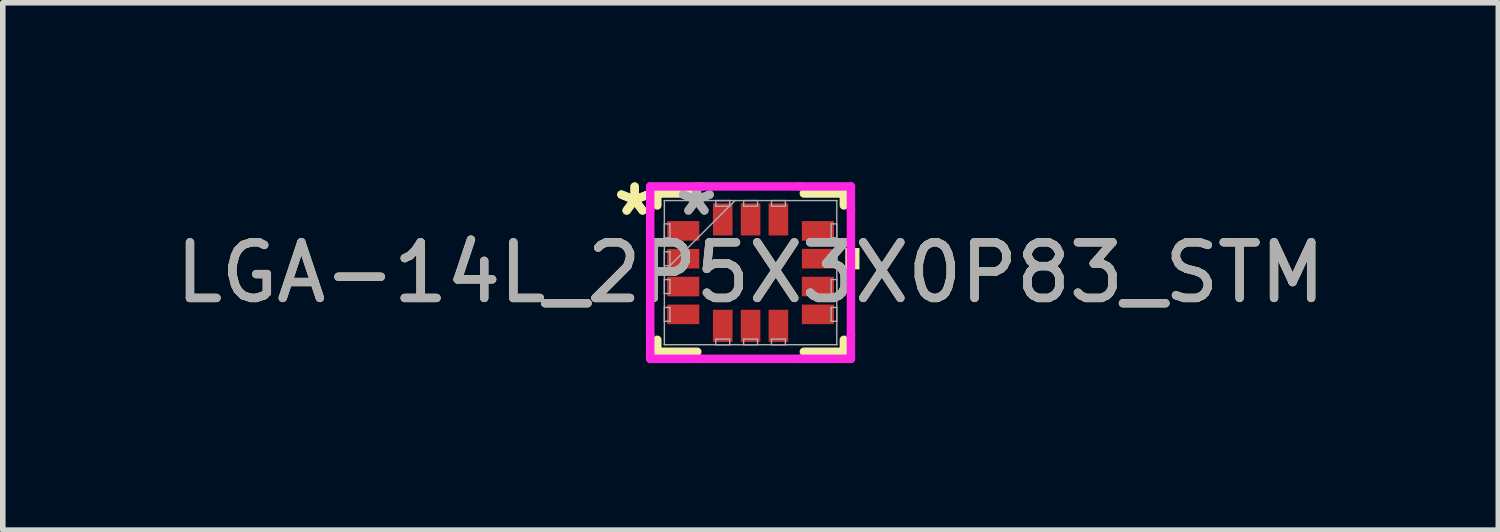
<source format=kicad_pcb>
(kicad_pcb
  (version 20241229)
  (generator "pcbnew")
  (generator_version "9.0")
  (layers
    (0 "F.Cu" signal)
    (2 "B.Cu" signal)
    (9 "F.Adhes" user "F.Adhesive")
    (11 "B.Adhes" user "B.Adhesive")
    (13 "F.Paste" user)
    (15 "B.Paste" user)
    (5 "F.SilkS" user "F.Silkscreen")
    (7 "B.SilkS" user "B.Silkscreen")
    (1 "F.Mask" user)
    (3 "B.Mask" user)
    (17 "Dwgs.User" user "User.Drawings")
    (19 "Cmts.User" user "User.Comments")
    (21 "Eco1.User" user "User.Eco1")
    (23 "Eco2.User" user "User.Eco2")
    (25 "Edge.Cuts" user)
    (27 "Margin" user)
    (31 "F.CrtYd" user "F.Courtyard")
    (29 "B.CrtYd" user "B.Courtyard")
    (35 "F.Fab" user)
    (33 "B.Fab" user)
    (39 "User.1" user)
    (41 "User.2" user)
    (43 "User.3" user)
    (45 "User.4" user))
  (footprint "LGA-14L_2P5X3X0P83_STM"
    (layer "F.Cu")
    (at 10.435 1.848)
    (property "Reference" "LGA-14L_2P5X3X0P83_STM" (at 0 0 0) (unlocked yes) (layer "F.SilkS") (effects (font (size 1 1) (thickness 0.15))))
    (attr smd)
    (fp_line (start -1.676 -1.422) (end -1.676 -1.207) (stroke (width 0.152) (type solid)) (layer "F.SilkS"))
    (fp_line (start -1.676 1.207) (end -1.676 1.422) (stroke (width 0.152) (type solid)) (layer "F.SilkS"))
    (fp_line (start -1.676 1.422) (end -0.957 1.422) (stroke (width 0.152) (type solid)) (layer "F.SilkS"))
    (fp_line (start -0.957 -1.422) (end -1.676 -1.422) (stroke (width 0.152) (type solid)) (layer "F.SilkS"))
    (fp_line (start 0.957 1.422) (end 1.676 1.422) (stroke (width 0.152) (type solid)) (layer "F.SilkS"))
    (fp_line (start 1.676 -1.422) (end 0.957 -1.422) (stroke (width 0.152) (type solid)) (layer "F.SilkS"))
    (fp_line (start 1.676 -1.207) (end 1.676 -1.422) (stroke (width 0.152) (type solid)) (layer "F.SilkS"))
    (fp_line (start 1.676 1.422) (end 1.676 1.207) (stroke (width 0.152) (type solid)) (layer "F.SilkS"))
    (fp_poly (pts (xy 1.956 -0.441) (xy 1.956 -0.059) (xy 1.702 -0.059) (xy 1.702 -0.441)) (stroke (width 0) (type solid)) (fill yes) (layer "F.SilkS"))
    (fp_line (start -1.803 -1.549) (end -0.879 -1.549) (stroke (width 0.152) (type solid)) (layer "F.CrtYd"))
    (fp_line (start -1.803 -1.129) (end -1.803 -1.549) (stroke (width 0.152) (type solid)) (layer "F.CrtYd"))
    (fp_line (start -1.803 -1.129) (end -1.803 -1.129) (stroke (width 0.152) (type solid)) (layer "F.CrtYd"))
    (fp_line (start -1.803 1.129) (end -1.803 -1.129) (stroke (width 0.152) (type solid)) (layer "F.CrtYd"))
    (fp_line (start -1.803 1.129) (end -1.803 1.129) (stroke (width 0.152) (type solid)) (layer "F.CrtYd"))
    (fp_line (start -1.803 1.549) (end -1.803 1.129) (stroke (width 0.152) (type solid)) (layer "F.CrtYd"))
    (fp_line (start -0.879 -1.549) (end -0.879 -1.549) (stroke (width 0.152) (type solid)) (layer "F.CrtYd"))
    (fp_line (start -0.879 -1.549) (end 0.879 -1.549) (stroke (width 0.152) (type solid)) (layer "F.CrtYd"))
    (fp_line (start -0.879 1.549) (end -1.803 1.549) (stroke (width 0.152) (type solid)) (layer "F.CrtYd"))
    (fp_line (start -0.879 1.549) (end -0.879 1.549) (stroke (width 0.152) (type solid)) (layer "F.CrtYd"))
    (fp_line (start 0.879 -1.549) (end 0.879 -1.549) (stroke (width 0.152) (type solid)) (layer "F.CrtYd"))
    (fp_line (start 0.879 -1.549) (end 1.803 -1.549) (stroke (width 0.152) (type solid)) (layer "F.CrtYd"))
    (fp_line (start 0.879 1.549) (end -0.879 1.549) (stroke (width 0.152) (type solid)) (layer "F.CrtYd"))
    (fp_line (start 0.879 1.549) (end 0.879 1.549) (stroke (width 0.152) (type solid)) (layer "F.CrtYd"))
    (fp_line (start 1.803 -1.549) (end 1.803 -1.129) (stroke (width 0.152) (type solid)) (layer "F.CrtYd"))
    (fp_line (start 1.803 -1.129) (end 1.803 -1.129) (stroke (width 0.152) (type solid)) (layer "F.CrtYd"))
    (fp_line (start 1.803 -1.129) (end 1.803 1.129) (stroke (width 0.152) (type solid)) (layer "F.CrtYd"))
    (fp_line (start 1.803 1.129) (end 1.803 1.129) (stroke (width 0.152) (type solid)) (layer "F.CrtYd"))
    (fp_line (start 1.803 1.129) (end 1.803 1.549) (stroke (width 0.152) (type solid)) (layer "F.CrtYd"))
    (fp_line (start 1.803 1.549) (end 0.879 1.549) (stroke (width 0.152) (type solid)) (layer "F.CrtYd"))
    (fp_line (start -1.549 -1.295) (end -1.549 -1.295) (stroke (width 0.025) (type solid)) (layer "F.Fab"))
    (fp_line (start -1.549 -1.295) (end -1.549 1.295) (stroke (width 0.025) (type solid)) (layer "F.Fab"))
    (fp_line (start -1.549 -0.875) (end -1.448 -0.875) (stroke (width 0.025) (type solid)) (layer "F.Fab"))
    (fp_line (start -1.549 -0.625) (end -1.549 -0.875) (stroke (width 0.025) (type solid)) (layer "F.Fab"))
    (fp_line (start -1.549 -0.375) (end -1.448 -0.375) (stroke (width 0.025) (type solid)) (layer "F.Fab"))
    (fp_line (start -1.549 -0.125) (end -1.549 -0.375) (stroke (width 0.025) (type solid)) (layer "F.Fab"))
    (fp_line (start -1.549 -0.025) (end -0.279 -1.295) (stroke (width 0.025) (type solid)) (layer "F.Fab"))
    (fp_line (start -1.549 0.125) (end -1.448 0.125) (stroke (width 0.025) (type solid)) (layer "F.Fab"))
    (fp_line (start -1.549 0.375) (end -1.549 0.125) (stroke (width 0.025) (type solid)) (layer "F.Fab"))
    (fp_line (start -1.549 0.625) (end -1.448 0.625) (stroke (width 0.025) (type solid)) (layer "F.Fab"))
    (fp_line (start -1.549 0.875) (end -1.549 0.625) (stroke (width 0.025) (type solid)) (layer "F.Fab"))
    (fp_line (start -1.549 1.295) (end -1.549 1.295) (stroke (width 0.025) (type solid)) (layer "F.Fab"))
    (fp_line (start -1.549 1.295) (end 1.549 1.295) (stroke (width 0.025) (type solid)) (layer "F.Fab"))
    (fp_line (start -1.448 -0.875) (end -1.448 -0.625) (stroke (width 0.025) (type solid)) (layer "F.Fab"))
    (fp_line (start -1.448 -0.625) (end -1.549 -0.625) (stroke (width 0.025) (type solid)) (layer "F.Fab"))
    (fp_line (start -1.448 -0.375) (end -1.448 -0.125) (stroke (width 0.025) (type solid)) (layer "F.Fab"))
    (fp_line (start -1.448 -0.125) (end -1.549 -0.125) (stroke (width 0.025) (type solid)) (layer "F.Fab"))
    (fp_line (start -1.448 0.125) (end -1.448 0.375) (stroke (width 0.025) (type solid)) (layer "F.Fab"))
    (fp_line (start -1.448 0.375) (end -1.549 0.375) (stroke (width 0.025) (type solid)) (layer "F.Fab"))
    (fp_line (start -1.448 0.625) (end -1.448 0.875) (stroke (width 0.025) (type solid)) (layer "F.Fab"))
    (fp_line (start -1.448 0.875) (end -1.549 0.875) (stroke (width 0.025) (type solid)) (layer "F.Fab"))
    (fp_line (start -0.625 -1.295) (end -0.375 -1.295) (stroke (width 0.025) (type solid)) (layer "F.Fab"))
    (fp_line (start -0.625 -1.194) (end -0.625 -1.295) (stroke (width 0.025) (type solid)) (layer "F.Fab"))
    (fp_line (start -0.625 1.194) (end -0.375 1.194) (stroke (width 0.025) (type solid)) (layer "F.Fab"))
    (fp_line (start -0.625 1.295) (end -0.625 1.194) (stroke (width 0.025) (type solid)) (layer "F.Fab"))
    (fp_line (start -0.375 -1.295) (end -0.375 -1.194) (stroke (width 0.025) (type solid)) (layer "F.Fab"))
    (fp_line (start -0.375 -1.194) (end -0.625 -1.194) (stroke (width 0.025) (type solid)) (layer "F.Fab"))
    (fp_line (start -0.375 1.194) (end -0.375 1.295) (stroke (width 0.025) (type solid)) (layer "F.Fab"))
    (fp_line (start -0.375 1.295) (end -0.625 1.295) (stroke (width 0.025) (type solid)) (layer "F.Fab"))
    (fp_line (start -0.125 -1.295) (end 0.125 -1.295) (stroke (width 0.025) (type solid)) (layer "F.Fab"))
    (fp_line (start -0.125 -1.194) (end -0.125 -1.295) (stroke (width 0.025) (type solid)) (layer "F.Fab"))
    (fp_line (start -0.125 1.194) (end 0.125 1.194) (stroke (width 0.025) (type solid)) (layer "F.Fab"))
    (fp_line (start -0.125 1.295) (end -0.125 1.194) (stroke (width 0.025) (type solid)) (layer "F.Fab"))
    (fp_line (start 0.125 -1.295) (end 0.125 -1.194) (stroke (width 0.025) (type solid)) (layer "F.Fab"))
    (fp_line (start 0.125 -1.194) (end -0.125 -1.194) (stroke (width 0.025) (type solid)) (layer "F.Fab"))
    (fp_line (start 0.125 1.194) (end 0.125 1.295) (stroke (width 0.025) (type solid)) (layer "F.Fab"))
    (fp_line (start 0.125 1.295) (end -0.125 1.295) (stroke (width 0.025) (type solid)) (layer "F.Fab"))
    (fp_line (start 0.375 -1.295) (end 0.625 -1.295) (stroke (width 0.025) (type solid)) (layer "F.Fab"))
    (fp_line (start 0.375 -1.194) (end 0.375 -1.295) (stroke (width 0.025) (type solid)) (layer "F.Fab"))
    (fp_line (start 0.375 1.194) (end 0.625 1.194) (stroke (width 0.025) (type solid)) (layer "F.Fab"))
    (fp_line (start 0.375 1.295) (end 0.375 1.194) (stroke (width 0.025) (type solid)) (layer "F.Fab"))
    (fp_line (start 0.625 -1.295) (end 0.625 -1.194) (stroke (width 0.025) (type solid)) (layer "F.Fab"))
    (fp_line (start 0.625 -1.194) (end 0.375 -1.194) (stroke (width 0.025) (type solid)) (layer "F.Fab"))
    (fp_line (start 0.625 1.194) (end 0.625 1.295) (stroke (width 0.025) (type solid)) (layer "F.Fab"))
    (fp_line (start 0.625 1.295) (end 0.375 1.295) (stroke (width 0.025) (type solid)) (layer "F.Fab"))
    (fp_line (start 1.448 -0.875) (end 1.549 -0.875) (stroke (width 0.025) (type solid)) (layer "F.Fab"))
    (fp_line (start 1.448 -0.625) (end 1.448 -0.875) (stroke (width 0.025) (type solid)) (layer "F.Fab"))
    (fp_line (start 1.448 -0.375) (end 1.549 -0.375) (stroke (width 0.025) (type solid)) (layer "F.Fab"))
    (fp_line (start 1.448 -0.125) (end 1.448 -0.375) (stroke (width 0.025) (type solid)) (layer "F.Fab"))
    (fp_line (start 1.448 0.125) (end 1.549 0.125) (stroke (width 0.025) (type solid)) (layer "F.Fab"))
    (fp_line (start 1.448 0.375) (end 1.448 0.125) (stroke (width 0.025) (type solid)) (layer "F.Fab"))
    (fp_line (start 1.448 0.625) (end 1.549 0.625) (stroke (width 0.025) (type solid)) (layer "F.Fab"))
    (fp_line (start 1.448 0.875) (end 1.448 0.625) (stroke (width 0.025) (type solid)) (layer "F.Fab"))
    (fp_line (start 1.549 -1.295) (end -1.549 -1.295) (stroke (width 0.025) (type solid)) (layer "F.Fab"))
    (fp_line (start 1.549 -1.295) (end 1.549 -1.295) (stroke (width 0.025) (type solid)) (layer "F.Fab"))
    (fp_line (start 1.549 -0.875) (end 1.549 -0.625) (stroke (width 0.025) (type solid)) (layer "F.Fab"))
    (fp_line (start 1.549 -0.625) (end 1.448 -0.625) (stroke (width 0.025) (type solid)) (layer "F.Fab"))
    (fp_line (start 1.549 -0.375) (end 1.549 -0.125) (stroke (width 0.025) (type solid)) (layer "F.Fab"))
    (fp_line (start 1.549 -0.125) (end 1.448 -0.125) (stroke (width 0.025) (type solid)) (layer "F.Fab"))
    (fp_line (start 1.549 0.125) (end 1.549 0.375) (stroke (width 0.025) (type solid)) (layer "F.Fab"))
    (fp_line (start 1.549 0.375) (end 1.448 0.375) (stroke (width 0.025) (type solid)) (layer "F.Fab"))
    (fp_line (start 1.549 0.625) (end 1.549 0.875) (stroke (width 0.025) (type solid)) (layer "F.Fab"))
    (fp_line (start 1.549 0.875) (end 1.448 0.875) (stroke (width 0.025) (type solid)) (layer "F.Fab"))
    (fp_line (start 1.549 1.295) (end 1.549 -1.295) (stroke (width 0.025) (type solid)) (layer "F.Fab"))
    (fp_line (start 1.549 1.295) (end 1.549 1.295) (stroke (width 0.025) (type solid)) (layer "F.Fab"))
    (fp_text user "*" (at -2.083 -1 0) (layer "F.SilkS") (effects (font (size 1 1) (thickness 0.15))))
    (fp_text user "*" (at -2.083 -1 0) (unlocked yes) (layer "F.SilkS") (effects (font (size 1 1) (thickness 0.15))))
    (fp_text user "*" (at -0.973 -1 0) (unlocked yes) (layer "F.Fab") (effects (font (size 1 1) (thickness 0.15))))
    (fp_text user "*" (at -0.973 -1 0) (layer "F.Fab") (effects (font (size 1 1) (thickness 0.15))))
    (fp_text user "${REFERENCE}" (at 0 0 0) (unlocked yes) (layer "F.Fab") (effects (font (size 1 1) (thickness 0.15))))
    (pad "1" smd rect (at -1.21 -0.75 90) (size 0.352 0.577) (layers "F.Cu" "F.Mask" "F.Paste"))
    (pad "2" smd rect (at -1.21 -0.25 90) (size 0.352 0.577) (layers "F.Cu" "F.Mask" "F.Paste"))
    (pad "3" smd rect (at -1.21 0.25 90) (size 0.352 0.577) (layers "F.Cu" "F.Mask" "F.Paste"))
    (pad "4" smd rect (at -1.21 0.75 90) (size 0.352 0.577) (layers "F.Cu" "F.Mask" "F.Paste"))
    (pad "5" smd rect (at -0.5 0.956) (size 0.352 0.577) (layers "F.Cu" "F.Mask" "F.Paste"))
    (pad "6" smd rect (at 0 0.956) (size 0.352 0.577) (layers "F.Cu" "F.Mask" "F.Paste"))
    (pad "7" smd rect (at 0.5 0.956) (size 0.352 0.577) (layers "F.Cu" "F.Mask" "F.Paste"))
    (pad "8" smd rect (at 1.21 0.75 90) (size 0.352 0.577) (layers "F.Cu" "F.Mask" "F.Paste"))
    (pad "9" smd rect (at 1.21 0.25 90) (size 0.352 0.577) (layers "F.Cu" "F.Mask" "F.Paste"))
    (pad "10" smd rect (at 1.21 -0.25 90) (size 0.352 0.577) (layers "F.Cu" "F.Mask" "F.Paste"))
    (pad "11" smd rect (at 1.21 -0.75 90) (size 0.352 0.577) (layers "F.Cu" "F.Mask" "F.Paste"))
    (pad "12" smd rect (at 0.5 -0.956) (size 0.352 0.577) (layers "F.Cu" "F.Mask" "F.Paste"))
    (pad "13" smd rect (at 0 -0.956) (size 0.352 0.577) (layers "F.Cu" "F.Mask" "F.Paste"))
    (pad "14" smd rect (at -0.5 -0.956) (size 0.352 0.577) (layers "F.Cu" "F.Mask" "F.Paste")))
  (gr_rect
    (start -3 -3)
    (end 23.869 6.474)
    (stroke (width 0.1) (type default))
    (fill no)
    (layer "Edge.Cuts")))
</source>
